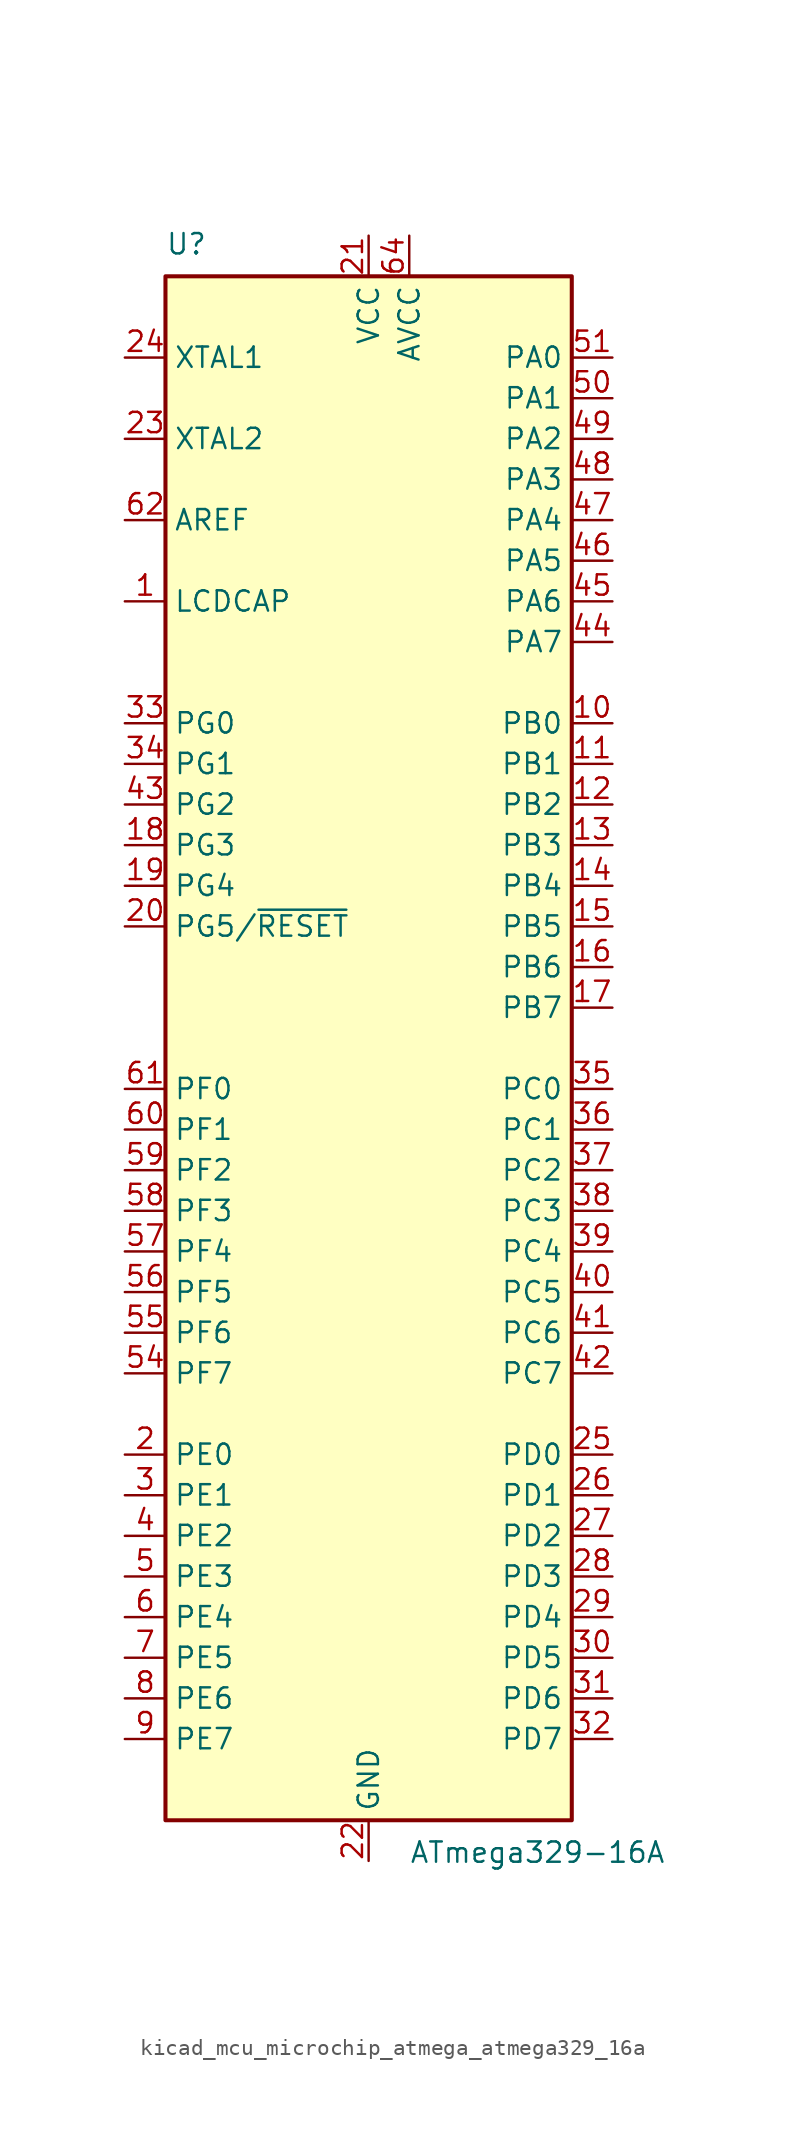
<source format=kicad_sym>
(kicad_symbol_lib
  (version 20220914)
  (generator kicad_symbol_editor)
  (symbol "kicad_mcu_microchip_atmega_atmega329_16a"
    (property "Reference" "U"
      (at -12.7 49.53 0)
      (effects (font (size 1.27 1.27)) (justify left bottom)))
    (property "Value" "ATmega329-16A"
      (at 2.54 -49.53 0)
      (effects (font (size 1.27 1.27)) (justify left top)))
    (symbol "kicad_mcu_microchip_atmega_atmega329_16a_0_1"
      (rectangle (start -12.7 -48.26) (end 12.7 48.26) (stroke (width 0.254) (type default)) (fill (type background))))
    (symbol "kicad_mcu_microchip_atmega_atmega329_16a_1_1"
      (pin passive line (at -15.24 27.94 0) (length 2.54) (name "LCDCAP" (effects (font (size 1.27 1.27)))) (number "1" (effects (font (size 1.27 1.27)))))
      (pin bidirectional line (at 15.24 20.32 180) (length 2.54) (name "PB0" (effects (font (size 1.27 1.27)))) (number "10" (effects (font (size 1.27 1.27)))))
      (pin bidirectional line (at 15.24 17.78 180) (length 2.54) (name "PB1" (effects (font (size 1.27 1.27)))) (number "11" (effects (font (size 1.27 1.27)))))
      (pin bidirectional line (at 15.24 15.24 180) (length 2.54) (name "PB2" (effects (font (size 1.27 1.27)))) (number "12" (effects (font (size 1.27 1.27)))))
      (pin bidirectional line (at 15.24 12.7 180) (length 2.54) (name "PB3" (effects (font (size 1.27 1.27)))) (number "13" (effects (font (size 1.27 1.27)))))
      (pin bidirectional line (at 15.24 10.16 180) (length 2.54) (name "PB4" (effects (font (size 1.27 1.27)))) (number "14" (effects (font (size 1.27 1.27)))))
      (pin bidirectional line (at 15.24 7.62 180) (length 2.54) (name "PB5" (effects (font (size 1.27 1.27)))) (number "15" (effects (font (size 1.27 1.27)))))
      (pin bidirectional line (at 15.24 5.08 180) (length 2.54) (name "PB6" (effects (font (size 1.27 1.27)))) (number "16" (effects (font (size 1.27 1.27)))))
      (pin bidirectional line (at 15.24 2.54 180) (length 2.54) (name "PB7" (effects (font (size 1.27 1.27)))) (number "17" (effects (font (size 1.27 1.27)))))
      (pin bidirectional line (at -15.24 12.7 0) (length 2.54) (name "PG3" (effects (font (size 1.27 1.27)))) (number "18" (effects (font (size 1.27 1.27)))))
      (pin bidirectional line (at -15.24 10.16 0) (length 2.54) (name "PG4" (effects (font (size 1.27 1.27)))) (number "19" (effects (font (size 1.27 1.27)))))
      (pin bidirectional line (at -15.24 -25.4 0) (length 2.54) (name "PE0" (effects (font (size 1.27 1.27)))) (number "2" (effects (font (size 1.27 1.27)))))
      (pin bidirectional line (at -15.24 7.62 0) (length 2.54) (name "PG5/~{RESET}" (effects (font (size 1.27 1.27)))) (number "20" (effects (font (size 1.27 1.27)))))
      (pin power_in line (at 0 50.8 270) (length 2.54) (name "VCC" (effects (font (size 1.27 1.27)))) (number "21" (effects (font (size 1.27 1.27)))))
      (pin power_in line (at 0 -50.8 90) (length 2.54) (name "GND" (effects (font (size 1.27 1.27)))) (number "22" (effects (font (size 1.27 1.27)))))
      (pin output line (at -15.24 38.1 0) (length 2.54) (name "XTAL2" (effects (font (size 1.27 1.27)))) (number "23" (effects (font (size 1.27 1.27)))))
      (pin input line (at -15.24 43.18 0) (length 2.54) (name "XTAL1" (effects (font (size 1.27 1.27)))) (number "24" (effects (font (size 1.27 1.27)))))
      (pin bidirectional line (at 15.24 -25.4 180) (length 2.54) (name "PD0" (effects (font (size 1.27 1.27)))) (number "25" (effects (font (size 1.27 1.27)))))
      (pin bidirectional line (at 15.24 -27.94 180) (length 2.54) (name "PD1" (effects (font (size 1.27 1.27)))) (number "26" (effects (font (size 1.27 1.27)))))
      (pin bidirectional line (at 15.24 -30.48 180) (length 2.54) (name "PD2" (effects (font (size 1.27 1.27)))) (number "27" (effects (font (size 1.27 1.27)))))
      (pin bidirectional line (at 15.24 -33.02 180) (length 2.54) (name "PD3" (effects (font (size 1.27 1.27)))) (number "28" (effects (font (size 1.27 1.27)))))
      (pin bidirectional line (at 15.24 -35.56 180) (length 2.54) (name "PD4" (effects (font (size 1.27 1.27)))) (number "29" (effects (font (size 1.27 1.27)))))
      (pin bidirectional line (at -15.24 -27.94 0) (length 2.54) (name "PE1" (effects (font (size 1.27 1.27)))) (number "3" (effects (font (size 1.27 1.27)))))
      (pin bidirectional line (at 15.24 -38.1 180) (length 2.54) (name "PD5" (effects (font (size 1.27 1.27)))) (number "30" (effects (font (size 1.27 1.27)))))
      (pin bidirectional line (at 15.24 -40.64 180) (length 2.54) (name "PD6" (effects (font (size 1.27 1.27)))) (number "31" (effects (font (size 1.27 1.27)))))
      (pin bidirectional line (at 15.24 -43.18 180) (length 2.54) (name "PD7" (effects (font (size 1.27 1.27)))) (number "32" (effects (font (size 1.27 1.27)))))
      (pin bidirectional line (at -15.24 20.32 0) (length 2.54) (name "PG0" (effects (font (size 1.27 1.27)))) (number "33" (effects (font (size 1.27 1.27)))))
      (pin bidirectional line (at -15.24 17.78 0) (length 2.54) (name "PG1" (effects (font (size 1.27 1.27)))) (number "34" (effects (font (size 1.27 1.27)))))
      (pin bidirectional line (at 15.24 -2.54 180) (length 2.54) (name "PC0" (effects (font (size 1.27 1.27)))) (number "35" (effects (font (size 1.27 1.27)))))
      (pin bidirectional line (at 15.24 -5.08 180) (length 2.54) (name "PC1" (effects (font (size 1.27 1.27)))) (number "36" (effects (font (size 1.27 1.27)))))
      (pin bidirectional line (at 15.24 -7.62 180) (length 2.54) (name "PC2" (effects (font (size 1.27 1.27)))) (number "37" (effects (font (size 1.27 1.27)))))
      (pin bidirectional line (at 15.24 -10.16 180) (length 2.54) (name "PC3" (effects (font (size 1.27 1.27)))) (number "38" (effects (font (size 1.27 1.27)))))
      (pin bidirectional line (at 15.24 -12.7 180) (length 2.54) (name "PC4" (effects (font (size 1.27 1.27)))) (number "39" (effects (font (size 1.27 1.27)))))
      (pin bidirectional line (at -15.24 -30.48 0) (length 2.54) (name "PE2" (effects (font (size 1.27 1.27)))) (number "4" (effects (font (size 1.27 1.27)))))
      (pin bidirectional line (at 15.24 -15.24 180) (length 2.54) (name "PC5" (effects (font (size 1.27 1.27)))) (number "40" (effects (font (size 1.27 1.27)))))
      (pin bidirectional line (at 15.24 -17.78 180) (length 2.54) (name "PC6" (effects (font (size 1.27 1.27)))) (number "41" (effects (font (size 1.27 1.27)))))
      (pin bidirectional line (at 15.24 -20.32 180) (length 2.54) (name "PC7" (effects (font (size 1.27 1.27)))) (number "42" (effects (font (size 1.27 1.27)))))
      (pin bidirectional line (at -15.24 15.24 0) (length 2.54) (name "PG2" (effects (font (size 1.27 1.27)))) (number "43" (effects (font (size 1.27 1.27)))))
      (pin bidirectional line (at 15.24 25.4 180) (length 2.54) (name "PA7" (effects (font (size 1.27 1.27)))) (number "44" (effects (font (size 1.27 1.27)))))
      (pin bidirectional line (at 15.24 27.94 180) (length 2.54) (name "PA6" (effects (font (size 1.27 1.27)))) (number "45" (effects (font (size 1.27 1.27)))))
      (pin bidirectional line (at 15.24 30.48 180) (length 2.54) (name "PA5" (effects (font (size 1.27 1.27)))) (number "46" (effects (font (size 1.27 1.27)))))
      (pin bidirectional line (at 15.24 33.02 180) (length 2.54) (name "PA4" (effects (font (size 1.27 1.27)))) (number "47" (effects (font (size 1.27 1.27)))))
      (pin bidirectional line (at 15.24 35.56 180) (length 2.54) (name "PA3" (effects (font (size 1.27 1.27)))) (number "48" (effects (font (size 1.27 1.27)))))
      (pin bidirectional line (at 15.24 38.1 180) (length 2.54) (name "PA2" (effects (font (size 1.27 1.27)))) (number "49" (effects (font (size 1.27 1.27)))))
      (pin bidirectional line (at -15.24 -33.02 0) (length 2.54) (name "PE3" (effects (font (size 1.27 1.27)))) (number "5" (effects (font (size 1.27 1.27)))))
      (pin bidirectional line (at 15.24 40.64 180) (length 2.54) (name "PA1" (effects (font (size 1.27 1.27)))) (number "50" (effects (font (size 1.27 1.27)))))
      (pin bidirectional line (at 15.24 43.18 180) (length 2.54) (name "PA0" (effects (font (size 1.27 1.27)))) (number "51" (effects (font (size 1.27 1.27)))))
      (pin passive line (at 0 50.8 270) (length 2.54) hide (name "VCC" (effects (font (size 1.27 1.27)))) (number "52" (effects (font (size 1.27 1.27)))))
      (pin passive line (at 0 -50.8 90) (length 2.54) hide (name "GND" (effects (font (size 1.27 1.27)))) (number "53" (effects (font (size 1.27 1.27)))))
      (pin bidirectional line (at -15.24 -20.32 0) (length 2.54) (name "PF7" (effects (font (size 1.27 1.27)))) (number "54" (effects (font (size 1.27 1.27)))))
      (pin bidirectional line (at -15.24 -17.78 0) (length 2.54) (name "PF6" (effects (font (size 1.27 1.27)))) (number "55" (effects (font (size 1.27 1.27)))))
      (pin bidirectional line (at -15.24 -15.24 0) (length 2.54) (name "PF5" (effects (font (size 1.27 1.27)))) (number "56" (effects (font (size 1.27 1.27)))))
      (pin bidirectional line (at -15.24 -12.7 0) (length 2.54) (name "PF4" (effects (font (size 1.27 1.27)))) (number "57" (effects (font (size 1.27 1.27)))))
      (pin bidirectional line (at -15.24 -10.16 0) (length 2.54) (name "PF3" (effects (font (size 1.27 1.27)))) (number "58" (effects (font (size 1.27 1.27)))))
      (pin bidirectional line (at -15.24 -7.62 0) (length 2.54) (name "PF2" (effects (font (size 1.27 1.27)))) (number "59" (effects (font (size 1.27 1.27)))))
      (pin bidirectional line (at -15.24 -35.56 0) (length 2.54) (name "PE4" (effects (font (size 1.27 1.27)))) (number "6" (effects (font (size 1.27 1.27)))))
      (pin bidirectional line (at -15.24 -5.08 0) (length 2.54) (name "PF1" (effects (font (size 1.27 1.27)))) (number "60" (effects (font (size 1.27 1.27)))))
      (pin bidirectional line (at -15.24 -2.54 0) (length 2.54) (name "PF0" (effects (font (size 1.27 1.27)))) (number "61" (effects (font (size 1.27 1.27)))))
      (pin passive line (at -15.24 33.02 0) (length 2.54) (name "AREF" (effects (font (size 1.27 1.27)))) (number "62" (effects (font (size 1.27 1.27)))))
      (pin passive line (at 0 -50.8 90) (length 2.54) hide (name "GND" (effects (font (size 1.27 1.27)))) (number "63" (effects (font (size 1.27 1.27)))))
      (pin power_in line (at 2.54 50.8 270) (length 2.54) (name "AVCC" (effects (font (size 1.27 1.27)))) (number "64" (effects (font (size 1.27 1.27)))))
      (pin bidirectional line (at -15.24 -38.1 0) (length 2.54) (name "PE5" (effects (font (size 1.27 1.27)))) (number "7" (effects (font (size 1.27 1.27)))))
      (pin bidirectional line (at -15.24 -40.64 0) (length 2.54) (name "PE6" (effects (font (size 1.27 1.27)))) (number "8" (effects (font (size 1.27 1.27)))))
      (pin bidirectional line (at -15.24 -43.18 0) (length 2.54) (name "PE7" (effects (font (size 1.27 1.27)))) (number "9" (effects (font (size 1.27 1.27))))))))
</source>
